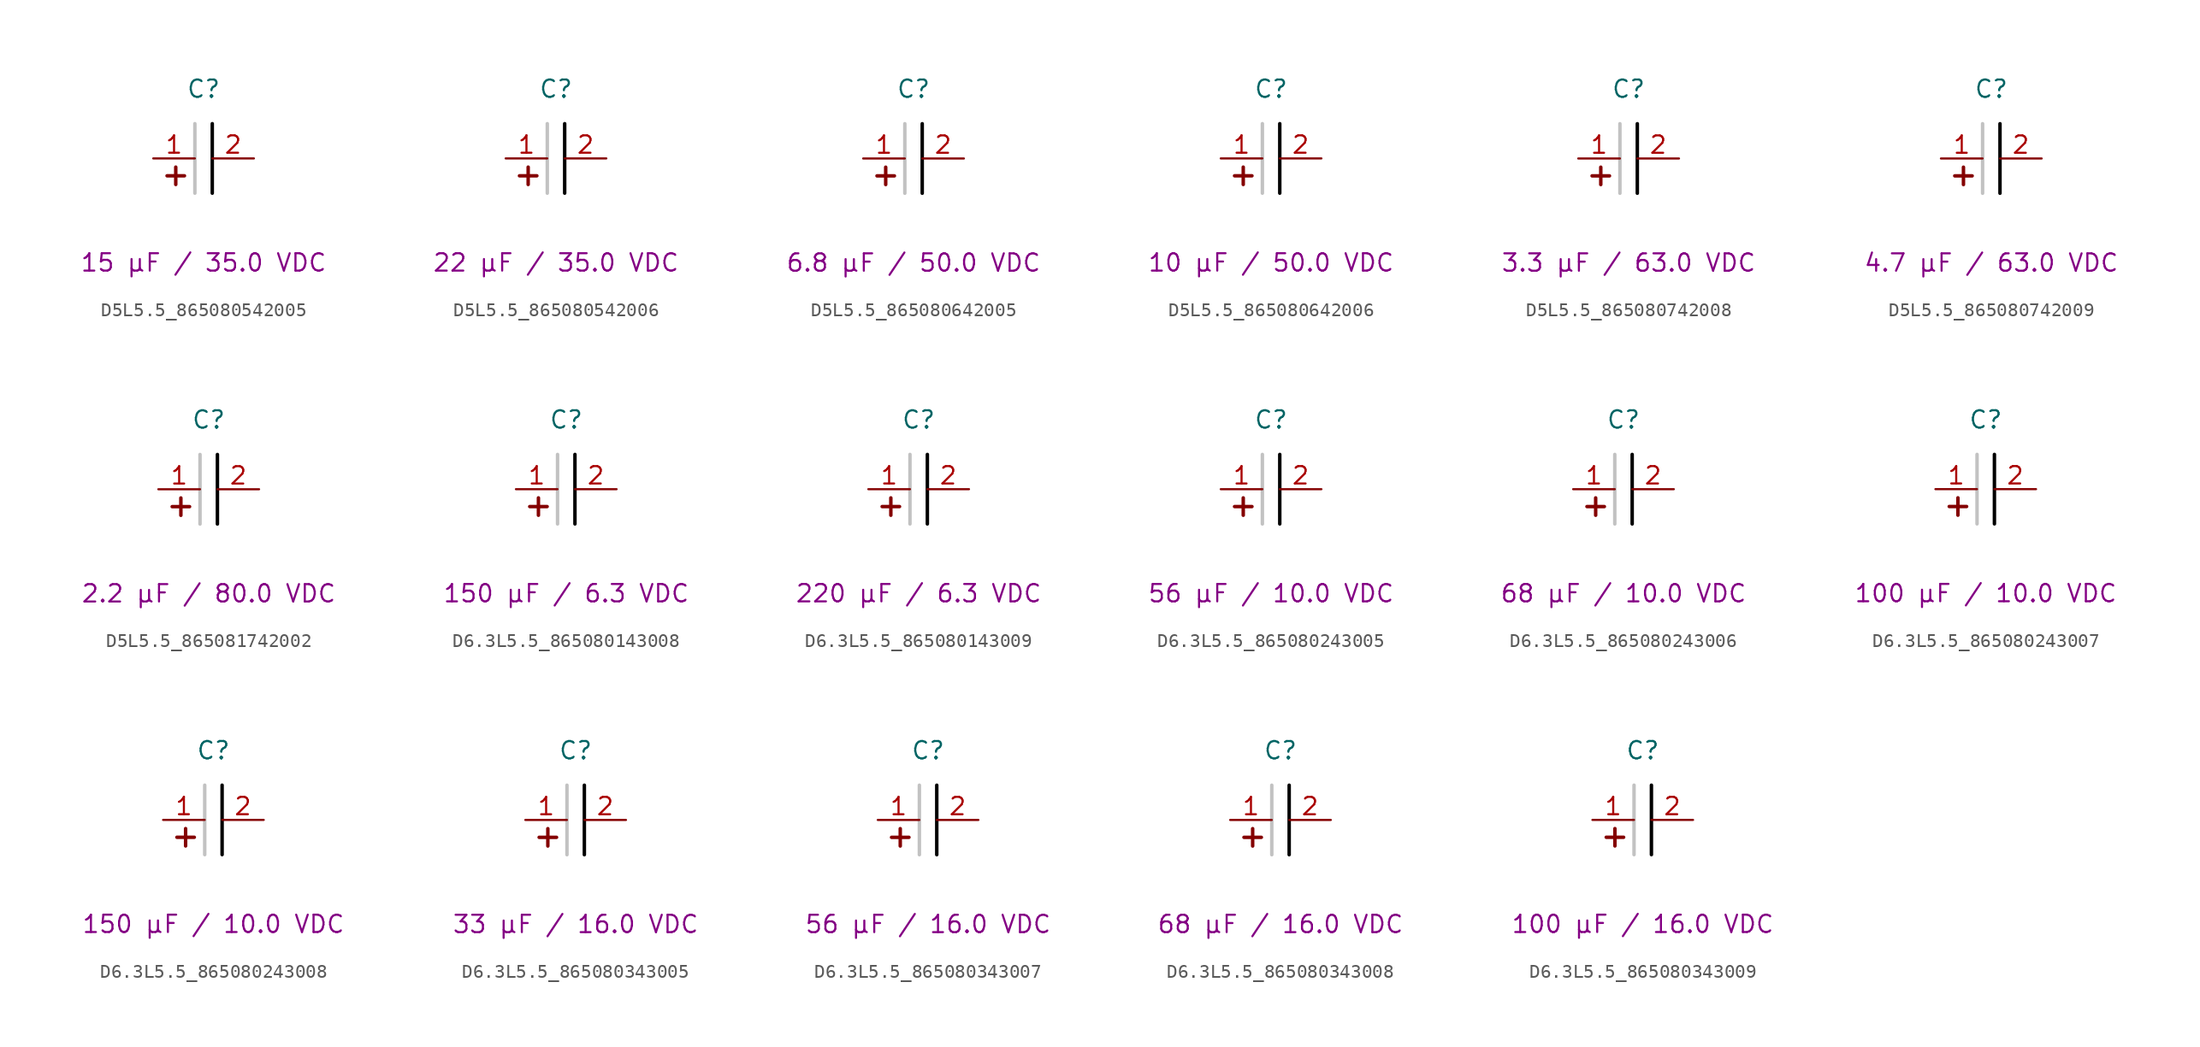
<source format=kicad_sym>
(kicad_symbol_lib
  (version 20220914)
  (generator kicad_symbol_editor)
  (symbol "D5L5.5_865080542005"
    (pin_names hide)
    (property "Reference" "C"
      (at 0 5.08 0)
      (effects (font (size 1.27 1.27))))
    (property "Critical Parameter" "15 µF / 35.0 VDC"
      (at 0 -7.62 0)
      (effects (font (size 1.27 1.27))))
    (symbol "D5L5.5_865080542005_1_1"
      (polyline (pts (xy -2.667 -1.27) (xy -1.397 -1.27)) (stroke (width 0.254) (type default)) (fill (type none)))
      (polyline (pts (xy -2.032 -0.635) (xy -2.032 -1.905)) (stroke (width 0.254) (type default)) (fill (type none)))
      (polyline (pts (xy -0.635 2.54) (xy -0.635 -2.54)) (stroke (width 0.254) (type default) (color 194 194 194 1)) (fill (type none)))
      (polyline (pts (xy 0.635 2.54) (xy 0.635 -2.54)) (stroke (width 0.254) (type default) (color 0 0 0 1)) (fill (type none)))
      (pin passive line (at -3.679 0 0) (length 3.044) (name "1" (effects (font (size 1.27 1.27)))) (number "1" (effects (font (size 1.27 1.27)))))
      (pin passive line (at 3.679 0 180) (length 3.044) (name "2" (effects (font (size 1.27 1.27)))) (number "2" (effects (font (size 1.27 1.27)))))))
  (symbol "D5L5.5_865080542006"
    (pin_names hide)
    (property "Reference" "C"
      (at 0 5.08 0)
      (effects (font (size 1.27 1.27))))
    (property "Critical Parameter" "22 µF / 35.0 VDC"
      (at 0 -7.62 0)
      (effects (font (size 1.27 1.27))))
    (symbol "D5L5.5_865080542006_1_1"
      (polyline (pts (xy -2.667 -1.27) (xy -1.397 -1.27)) (stroke (width 0.254) (type default)) (fill (type none)))
      (polyline (pts (xy -2.032 -0.635) (xy -2.032 -1.905)) (stroke (width 0.254) (type default)) (fill (type none)))
      (polyline (pts (xy -0.635 2.54) (xy -0.635 -2.54)) (stroke (width 0.254) (type default) (color 194 194 194 1)) (fill (type none)))
      (polyline (pts (xy 0.635 2.54) (xy 0.635 -2.54)) (stroke (width 0.254) (type default) (color 0 0 0 1)) (fill (type none)))
      (pin passive line (at -3.679 0 0) (length 3.044) (name "1" (effects (font (size 1.27 1.27)))) (number "1" (effects (font (size 1.27 1.27)))))
      (pin passive line (at 3.679 0 180) (length 3.044) (name "2" (effects (font (size 1.27 1.27)))) (number "2" (effects (font (size 1.27 1.27)))))))
  (symbol "D5L5.5_865080642005"
    (pin_names hide)
    (property "Reference" "C"
      (at 0 5.08 0)
      (effects (font (size 1.27 1.27))))
    (property "Critical Parameter" "6.8 µF / 50.0 VDC"
      (at 0 -7.62 0)
      (effects (font (size 1.27 1.27))))
    (symbol "D5L5.5_865080642005_1_1"
      (polyline (pts (xy -2.667 -1.27) (xy -1.397 -1.27)) (stroke (width 0.254) (type default)) (fill (type none)))
      (polyline (pts (xy -2.032 -0.635) (xy -2.032 -1.905)) (stroke (width 0.254) (type default)) (fill (type none)))
      (polyline (pts (xy -0.635 2.54) (xy -0.635 -2.54)) (stroke (width 0.254) (type default) (color 194 194 194 1)) (fill (type none)))
      (polyline (pts (xy 0.635 2.54) (xy 0.635 -2.54)) (stroke (width 0.254) (type default) (color 0 0 0 1)) (fill (type none)))
      (pin passive line (at -3.679 0 0) (length 3.044) (name "1" (effects (font (size 1.27 1.27)))) (number "1" (effects (font (size 1.27 1.27)))))
      (pin passive line (at 3.679 0 180) (length 3.044) (name "2" (effects (font (size 1.27 1.27)))) (number "2" (effects (font (size 1.27 1.27)))))))
  (symbol "D5L5.5_865080642006"
    (pin_names hide)
    (property "Reference" "C"
      (at 0 5.08 0)
      (effects (font (size 1.27 1.27))))
    (property "Critical Parameter" "10 µF / 50.0 VDC"
      (at 0 -7.62 0)
      (effects (font (size 1.27 1.27))))
    (symbol "D5L5.5_865080642006_1_1"
      (polyline (pts (xy -2.667 -1.27) (xy -1.397 -1.27)) (stroke (width 0.254) (type default)) (fill (type none)))
      (polyline (pts (xy -2.032 -0.635) (xy -2.032 -1.905)) (stroke (width 0.254) (type default)) (fill (type none)))
      (polyline (pts (xy -0.635 2.54) (xy -0.635 -2.54)) (stroke (width 0.254) (type default) (color 194 194 194 1)) (fill (type none)))
      (polyline (pts (xy 0.635 2.54) (xy 0.635 -2.54)) (stroke (width 0.254) (type default) (color 0 0 0 1)) (fill (type none)))
      (pin passive line (at -3.679 0 0) (length 3.044) (name "1" (effects (font (size 1.27 1.27)))) (number "1" (effects (font (size 1.27 1.27)))))
      (pin passive line (at 3.679 0 180) (length 3.044) (name "2" (effects (font (size 1.27 1.27)))) (number "2" (effects (font (size 1.27 1.27)))))))
  (symbol "D5L5.5_865080742008"
    (pin_names hide)
    (property "Reference" "C"
      (at 0 5.08 0)
      (effects (font (size 1.27 1.27))))
    (property "Critical Parameter" "3.3 µF / 63.0 VDC"
      (at 0 -7.62 0)
      (effects (font (size 1.27 1.27))))
    (symbol "D5L5.5_865080742008_1_1"
      (polyline (pts (xy -2.667 -1.27) (xy -1.397 -1.27)) (stroke (width 0.254) (type default)) (fill (type none)))
      (polyline (pts (xy -2.032 -0.635) (xy -2.032 -1.905)) (stroke (width 0.254) (type default)) (fill (type none)))
      (polyline (pts (xy -0.635 2.54) (xy -0.635 -2.54)) (stroke (width 0.254) (type default) (color 194 194 194 1)) (fill (type none)))
      (polyline (pts (xy 0.635 2.54) (xy 0.635 -2.54)) (stroke (width 0.254) (type default) (color 0 0 0 1)) (fill (type none)))
      (pin passive line (at -3.679 0 0) (length 3.044) (name "1" (effects (font (size 1.27 1.27)))) (number "1" (effects (font (size 1.27 1.27)))))
      (pin passive line (at 3.679 0 180) (length 3.044) (name "2" (effects (font (size 1.27 1.27)))) (number "2" (effects (font (size 1.27 1.27)))))))
  (symbol "D5L5.5_865080742009"
    (pin_names hide)
    (property "Reference" "C"
      (at 0 5.08 0)
      (effects (font (size 1.27 1.27))))
    (property "Critical Parameter" "4.7 µF / 63.0 VDC"
      (at 0 -7.62 0)
      (effects (font (size 1.27 1.27))))
    (symbol "D5L5.5_865080742009_1_1"
      (polyline (pts (xy -2.667 -1.27) (xy -1.397 -1.27)) (stroke (width 0.254) (type default)) (fill (type none)))
      (polyline (pts (xy -2.032 -0.635) (xy -2.032 -1.905)) (stroke (width 0.254) (type default)) (fill (type none)))
      (polyline (pts (xy -0.635 2.54) (xy -0.635 -2.54)) (stroke (width 0.254) (type default) (color 194 194 194 1)) (fill (type none)))
      (polyline (pts (xy 0.635 2.54) (xy 0.635 -2.54)) (stroke (width 0.254) (type default) (color 0 0 0 1)) (fill (type none)))
      (pin passive line (at -3.679 0 0) (length 3.044) (name "1" (effects (font (size 1.27 1.27)))) (number "1" (effects (font (size 1.27 1.27)))))
      (pin passive line (at 3.679 0 180) (length 3.044) (name "2" (effects (font (size 1.27 1.27)))) (number "2" (effects (font (size 1.27 1.27)))))))
  (symbol "D5L5.5_865081742002"
    (pin_names hide)
    (property "Reference" "C"
      (at 0 5.08 0)
      (effects (font (size 1.27 1.27))))
    (property "Critical Parameter" "2.2 µF / 80.0 VDC"
      (at 0 -7.62 0)
      (effects (font (size 1.27 1.27))))
    (symbol "D5L5.5_865081742002_1_1"
      (polyline (pts (xy -2.667 -1.27) (xy -1.397 -1.27)) (stroke (width 0.254) (type default)) (fill (type none)))
      (polyline (pts (xy -2.032 -0.635) (xy -2.032 -1.905)) (stroke (width 0.254) (type default)) (fill (type none)))
      (polyline (pts (xy -0.635 2.54) (xy -0.635 -2.54)) (stroke (width 0.254) (type default) (color 194 194 194 1)) (fill (type none)))
      (polyline (pts (xy 0.635 2.54) (xy 0.635 -2.54)) (stroke (width 0.254) (type default) (color 0 0 0 1)) (fill (type none)))
      (pin passive line (at -3.679 0 0) (length 3.044) (name "1" (effects (font (size 1.27 1.27)))) (number "1" (effects (font (size 1.27 1.27)))))
      (pin passive line (at 3.679 0 180) (length 3.044) (name "2" (effects (font (size 1.27 1.27)))) (number "2" (effects (font (size 1.27 1.27)))))))
  (symbol "D6.3L5.5_865080143008"
    (pin_names hide)
    (property "Reference" "C"
      (at 0 5.08 0)
      (effects (font (size 1.27 1.27))))
    (property "Critical Parameter" "150 µF / 6.3 VDC"
      (at 0 -7.62 0)
      (effects (font (size 1.27 1.27))))
    (symbol "D6.3L5.5_865080143008_1_1"
      (polyline (pts (xy -2.667 -1.27) (xy -1.397 -1.27)) (stroke (width 0.254) (type default)) (fill (type none)))
      (polyline (pts (xy -2.032 -0.635) (xy -2.032 -1.905)) (stroke (width 0.254) (type default)) (fill (type none)))
      (polyline (pts (xy -0.635 2.54) (xy -0.635 -2.54)) (stroke (width 0.254) (type default) (color 194 194 194 1)) (fill (type none)))
      (polyline (pts (xy 0.635 2.54) (xy 0.635 -2.54)) (stroke (width 0.254) (type default) (color 0 0 0 1)) (fill (type none)))
      (pin passive line (at -3.679 0 0) (length 3.044) (name "1" (effects (font (size 1.27 1.27)))) (number "1" (effects (font (size 1.27 1.27)))))
      (pin passive line (at 3.679 0 180) (length 3.044) (name "2" (effects (font (size 1.27 1.27)))) (number "2" (effects (font (size 1.27 1.27)))))))
  (symbol "D6.3L5.5_865080143009"
    (pin_names hide)
    (property "Reference" "C"
      (at 0 5.08 0)
      (effects (font (size 1.27 1.27))))
    (property "Critical Parameter" "220 µF / 6.3 VDC"
      (at 0 -7.62 0)
      (effects (font (size 1.27 1.27))))
    (symbol "D6.3L5.5_865080143009_1_1"
      (polyline (pts (xy -2.667 -1.27) (xy -1.397 -1.27)) (stroke (width 0.254) (type default)) (fill (type none)))
      (polyline (pts (xy -2.032 -0.635) (xy -2.032 -1.905)) (stroke (width 0.254) (type default)) (fill (type none)))
      (polyline (pts (xy -0.635 2.54) (xy -0.635 -2.54)) (stroke (width 0.254) (type default) (color 194 194 194 1)) (fill (type none)))
      (polyline (pts (xy 0.635 2.54) (xy 0.635 -2.54)) (stroke (width 0.254) (type default) (color 0 0 0 1)) (fill (type none)))
      (pin passive line (at -3.679 0 0) (length 3.044) (name "1" (effects (font (size 1.27 1.27)))) (number "1" (effects (font (size 1.27 1.27)))))
      (pin passive line (at 3.679 0 180) (length 3.044) (name "2" (effects (font (size 1.27 1.27)))) (number "2" (effects (font (size 1.27 1.27)))))))
  (symbol "D6.3L5.5_865080243005"
    (pin_names hide)
    (property "Reference" "C"
      (at 0 5.08 0)
      (effects (font (size 1.27 1.27))))
    (property "Critical Parameter" "56 µF / 10.0 VDC"
      (at 0 -7.62 0)
      (effects (font (size 1.27 1.27))))
    (symbol "D6.3L5.5_865080243005_1_1"
      (polyline (pts (xy -2.667 -1.27) (xy -1.397 -1.27)) (stroke (width 0.254) (type default)) (fill (type none)))
      (polyline (pts (xy -2.032 -0.635) (xy -2.032 -1.905)) (stroke (width 0.254) (type default)) (fill (type none)))
      (polyline (pts (xy -0.635 2.54) (xy -0.635 -2.54)) (stroke (width 0.254) (type default) (color 194 194 194 1)) (fill (type none)))
      (polyline (pts (xy 0.635 2.54) (xy 0.635 -2.54)) (stroke (width 0.254) (type default) (color 0 0 0 1)) (fill (type none)))
      (pin passive line (at -3.679 0 0) (length 3.044) (name "1" (effects (font (size 1.27 1.27)))) (number "1" (effects (font (size 1.27 1.27)))))
      (pin passive line (at 3.679 0 180) (length 3.044) (name "2" (effects (font (size 1.27 1.27)))) (number "2" (effects (font (size 1.27 1.27)))))))
  (symbol "D6.3L5.5_865080243006"
    (pin_names hide)
    (property "Reference" "C"
      (at 0 5.08 0)
      (effects (font (size 1.27 1.27))))
    (property "Critical Parameter" "68 µF / 10.0 VDC"
      (at 0 -7.62 0)
      (effects (font (size 1.27 1.27))))
    (symbol "D6.3L5.5_865080243006_1_1"
      (polyline (pts (xy -2.667 -1.27) (xy -1.397 -1.27)) (stroke (width 0.254) (type default)) (fill (type none)))
      (polyline (pts (xy -2.032 -0.635) (xy -2.032 -1.905)) (stroke (width 0.254) (type default)) (fill (type none)))
      (polyline (pts (xy -0.635 2.54) (xy -0.635 -2.54)) (stroke (width 0.254) (type default) (color 194 194 194 1)) (fill (type none)))
      (polyline (pts (xy 0.635 2.54) (xy 0.635 -2.54)) (stroke (width 0.254) (type default) (color 0 0 0 1)) (fill (type none)))
      (pin passive line (at -3.679 0 0) (length 3.044) (name "1" (effects (font (size 1.27 1.27)))) (number "1" (effects (font (size 1.27 1.27)))))
      (pin passive line (at 3.679 0 180) (length 3.044) (name "2" (effects (font (size 1.27 1.27)))) (number "2" (effects (font (size 1.27 1.27)))))))
  (symbol "D6.3L5.5_865080243007"
    (pin_names hide)
    (property "Reference" "C"
      (at 0 5.08 0)
      (effects (font (size 1.27 1.27))))
    (property "Critical Parameter" "100 µF / 10.0 VDC"
      (at 0 -7.62 0)
      (effects (font (size 1.27 1.27))))
    (symbol "D6.3L5.5_865080243007_1_1"
      (polyline (pts (xy -2.667 -1.27) (xy -1.397 -1.27)) (stroke (width 0.254) (type default)) (fill (type none)))
      (polyline (pts (xy -2.032 -0.635) (xy -2.032 -1.905)) (stroke (width 0.254) (type default)) (fill (type none)))
      (polyline (pts (xy -0.635 2.54) (xy -0.635 -2.54)) (stroke (width 0.254) (type default) (color 194 194 194 1)) (fill (type none)))
      (polyline (pts (xy 0.635 2.54) (xy 0.635 -2.54)) (stroke (width 0.254) (type default) (color 0 0 0 1)) (fill (type none)))
      (pin passive line (at -3.679 0 0) (length 3.044) (name "1" (effects (font (size 1.27 1.27)))) (number "1" (effects (font (size 1.27 1.27)))))
      (pin passive line (at 3.679 0 180) (length 3.044) (name "2" (effects (font (size 1.27 1.27)))) (number "2" (effects (font (size 1.27 1.27)))))))
  (symbol "D6.3L5.5_865080243008"
    (pin_names hide)
    (property "Reference" "C"
      (at 0 5.08 0)
      (effects (font (size 1.27 1.27))))
    (property "Critical Parameter" "150 µF / 10.0 VDC"
      (at 0 -7.62 0)
      (effects (font (size 1.27 1.27))))
    (symbol "D6.3L5.5_865080243008_1_1"
      (polyline (pts (xy -2.667 -1.27) (xy -1.397 -1.27)) (stroke (width 0.254) (type default)) (fill (type none)))
      (polyline (pts (xy -2.032 -0.635) (xy -2.032 -1.905)) (stroke (width 0.254) (type default)) (fill (type none)))
      (polyline (pts (xy -0.635 2.54) (xy -0.635 -2.54)) (stroke (width 0.254) (type default) (color 194 194 194 1)) (fill (type none)))
      (polyline (pts (xy 0.635 2.54) (xy 0.635 -2.54)) (stroke (width 0.254) (type default) (color 0 0 0 1)) (fill (type none)))
      (pin passive line (at -3.679 0 0) (length 3.044) (name "1" (effects (font (size 1.27 1.27)))) (number "1" (effects (font (size 1.27 1.27)))))
      (pin passive line (at 3.679 0 180) (length 3.044) (name "2" (effects (font (size 1.27 1.27)))) (number "2" (effects (font (size 1.27 1.27)))))))
  (symbol "D6.3L5.5_865080343005"
    (pin_names hide)
    (property "Reference" "C"
      (at 0 5.08 0)
      (effects (font (size 1.27 1.27))))
    (property "Critical Parameter" "33 µF / 16.0 VDC"
      (at 0 -7.62 0)
      (effects (font (size 1.27 1.27))))
    (symbol "D6.3L5.5_865080343005_1_1"
      (polyline (pts (xy -2.667 -1.27) (xy -1.397 -1.27)) (stroke (width 0.254) (type default)) (fill (type none)))
      (polyline (pts (xy -2.032 -0.635) (xy -2.032 -1.905)) (stroke (width 0.254) (type default)) (fill (type none)))
      (polyline (pts (xy -0.635 2.54) (xy -0.635 -2.54)) (stroke (width 0.254) (type default) (color 194 194 194 1)) (fill (type none)))
      (polyline (pts (xy 0.635 2.54) (xy 0.635 -2.54)) (stroke (width 0.254) (type default) (color 0 0 0 1)) (fill (type none)))
      (pin passive line (at -3.679 0 0) (length 3.044) (name "1" (effects (font (size 1.27 1.27)))) (number "1" (effects (font (size 1.27 1.27)))))
      (pin passive line (at 3.679 0 180) (length 3.044) (name "2" (effects (font (size 1.27 1.27)))) (number "2" (effects (font (size 1.27 1.27)))))))
  (symbol "D6.3L5.5_865080343007"
    (pin_names hide)
    (property "Reference" "C"
      (at 0 5.08 0)
      (effects (font (size 1.27 1.27))))
    (property "Critical Parameter" "56 µF / 16.0 VDC"
      (at 0 -7.62 0)
      (effects (font (size 1.27 1.27))))
    (symbol "D6.3L5.5_865080343007_1_1"
      (polyline (pts (xy -2.667 -1.27) (xy -1.397 -1.27)) (stroke (width 0.254) (type default)) (fill (type none)))
      (polyline (pts (xy -2.032 -0.635) (xy -2.032 -1.905)) (stroke (width 0.254) (type default)) (fill (type none)))
      (polyline (pts (xy -0.635 2.54) (xy -0.635 -2.54)) (stroke (width 0.254) (type default) (color 194 194 194 1)) (fill (type none)))
      (polyline (pts (xy 0.635 2.54) (xy 0.635 -2.54)) (stroke (width 0.254) (type default) (color 0 0 0 1)) (fill (type none)))
      (pin passive line (at -3.679 0 0) (length 3.044) (name "1" (effects (font (size 1.27 1.27)))) (number "1" (effects (font (size 1.27 1.27)))))
      (pin passive line (at 3.679 0 180) (length 3.044) (name "2" (effects (font (size 1.27 1.27)))) (number "2" (effects (font (size 1.27 1.27)))))))
  (symbol "D6.3L5.5_865080343008"
    (pin_names hide)
    (property "Reference" "C"
      (at 0 5.08 0)
      (effects (font (size 1.27 1.27))))
    (property "Critical Parameter" "68 µF / 16.0 VDC"
      (at 0 -7.62 0)
      (effects (font (size 1.27 1.27))))
    (symbol "D6.3L5.5_865080343008_1_1"
      (polyline (pts (xy -2.667 -1.27) (xy -1.397 -1.27)) (stroke (width 0.254) (type default)) (fill (type none)))
      (polyline (pts (xy -2.032 -0.635) (xy -2.032 -1.905)) (stroke (width 0.254) (type default)) (fill (type none)))
      (polyline (pts (xy -0.635 2.54) (xy -0.635 -2.54)) (stroke (width 0.254) (type default) (color 194 194 194 1)) (fill (type none)))
      (polyline (pts (xy 0.635 2.54) (xy 0.635 -2.54)) (stroke (width 0.254) (type default) (color 0 0 0 1)) (fill (type none)))
      (pin passive line (at -3.679 0 0) (length 3.044) (name "1" (effects (font (size 1.27 1.27)))) (number "1" (effects (font (size 1.27 1.27)))))
      (pin passive line (at 3.679 0 180) (length 3.044) (name "2" (effects (font (size 1.27 1.27)))) (number "2" (effects (font (size 1.27 1.27)))))))
  (symbol "D6.3L5.5_865080343009"
    (pin_names hide)
    (property "Reference" "C"
      (at 0 5.08 0)
      (effects (font (size 1.27 1.27))))
    (property "Critical Parameter" "100 µF / 16.0 VDC"
      (at 0 -7.62 0)
      (effects (font (size 1.27 1.27))))
    (symbol "D6.3L5.5_865080343009_1_1"
      (polyline (pts (xy -2.667 -1.27) (xy -1.397 -1.27)) (stroke (width 0.254) (type default)) (fill (type none)))
      (polyline (pts (xy -2.032 -0.635) (xy -2.032 -1.905)) (stroke (width 0.254) (type default)) (fill (type none)))
      (polyline (pts (xy -0.635 2.54) (xy -0.635 -2.54)) (stroke (width 0.254) (type default) (color 194 194 194 1)) (fill (type none)))
      (polyline (pts (xy 0.635 2.54) (xy 0.635 -2.54)) (stroke (width 0.254) (type default) (color 0 0 0 1)) (fill (type none)))
      (pin passive line (at -3.679 0 0) (length 3.044) (name "1" (effects (font (size 1.27 1.27)))) (number "1" (effects (font (size 1.27 1.27)))))
      (pin passive line (at 3.679 0 180) (length 3.044) (name "2" (effects (font (size 1.27 1.27)))) (number "2" (effects (font (size 1.27 1.27))))))))
</source>
